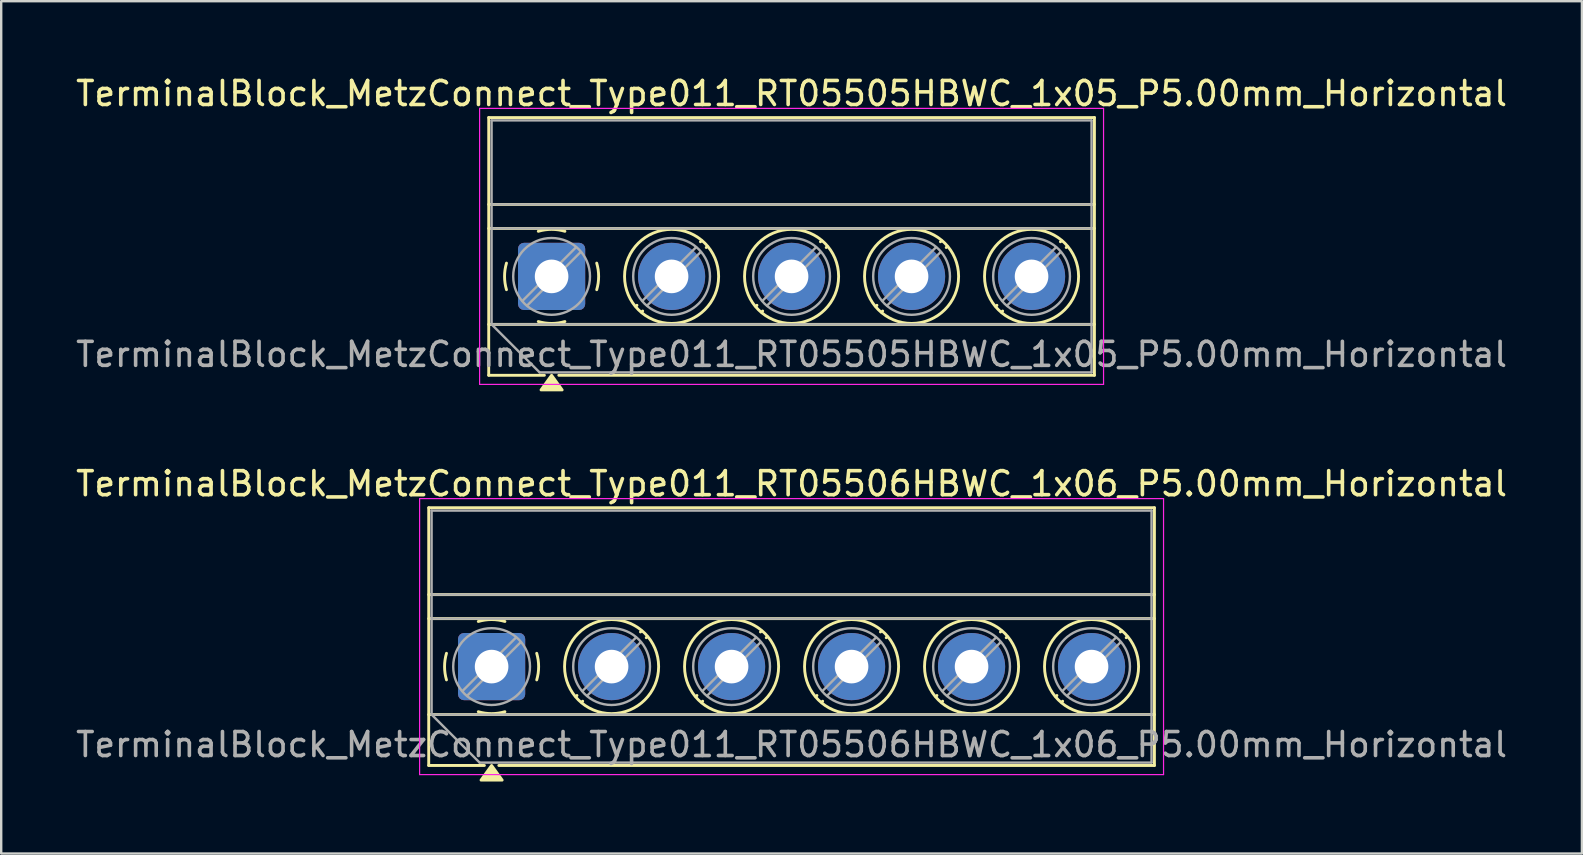
<source format=kicad_pcb>
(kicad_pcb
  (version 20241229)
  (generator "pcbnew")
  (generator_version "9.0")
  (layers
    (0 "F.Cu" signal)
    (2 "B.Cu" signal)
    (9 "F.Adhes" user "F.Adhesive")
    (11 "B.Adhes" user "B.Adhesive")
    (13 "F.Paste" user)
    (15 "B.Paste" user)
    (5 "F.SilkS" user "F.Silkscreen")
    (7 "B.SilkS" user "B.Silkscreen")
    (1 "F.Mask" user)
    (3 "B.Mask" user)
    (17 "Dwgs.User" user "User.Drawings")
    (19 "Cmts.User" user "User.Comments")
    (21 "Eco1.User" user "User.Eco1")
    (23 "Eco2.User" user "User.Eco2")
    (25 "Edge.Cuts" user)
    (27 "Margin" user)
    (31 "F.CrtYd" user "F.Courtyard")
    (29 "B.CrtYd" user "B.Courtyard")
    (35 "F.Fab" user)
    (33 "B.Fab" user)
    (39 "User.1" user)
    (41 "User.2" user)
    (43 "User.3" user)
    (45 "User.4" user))
  (footprint "TerminalBlock_MetzConnect_Type011_RT05505HBWC_1x05_P5.00mm_Horizontal"
    (layer "F.Cu")
    (at 19.935 8.468)
    (property "Reference" "TerminalBlock_MetzConnect_Type011_RT05505HBWC_1x05_P5.00mm_Horizontal" (at 10 -7.62 0) (layer "F.SilkS") (effects (font (size 1 1) (thickness 0.15))))
    (attr through_hole)
    (fp_line (start -2.62 -6.62) (end -2.62 4.12) (stroke (width 0.12) (type solid)) (layer "F.SilkS"))
    (fp_line (start -2.62 -6.62) (end 22.62 -6.62) (stroke (width 0.12) (type solid)) (layer "F.SilkS"))
    (fp_line (start -2.62 -3) (end 22.62 -3) (stroke (width 0.12) (type solid)) (layer "F.SilkS"))
    (fp_line (start -2.62 -2) (end 22.62 -2) (stroke (width 0.12) (type solid)) (layer "F.SilkS"))
    (fp_line (start -2.62 2) (end 22.62 2) (stroke (width 0.12) (type solid)) (layer "F.SilkS"))
    (fp_line (start -2.62 4.12) (end -0.3 4.12) (stroke (width 0.12) (type solid)) (layer "F.SilkS"))
    (fp_line (start 0.3 4.12) (end 22.62 4.12) (stroke (width 0.12) (type solid)) (layer "F.SilkS"))
    (fp_line (start 3.556 1.204) (end 3.513 1.247) (stroke (width 0.12) (type solid)) (layer "F.SilkS"))
    (fp_line (start 3.795 1.443) (end 3.752 1.486) (stroke (width 0.12) (type solid)) (layer "F.SilkS"))
    (fp_line (start 6.247 -1.486) (end 6.204 -1.443) (stroke (width 0.12) (type solid)) (layer "F.SilkS"))
    (fp_line (start 6.487 -1.247) (end 6.444 -1.204) (stroke (width 0.12) (type solid)) (layer "F.SilkS"))
    (fp_line (start 8.556 1.204) (end 8.513 1.247) (stroke (width 0.12) (type solid)) (layer "F.SilkS"))
    (fp_line (start 8.795 1.443) (end 8.752 1.486) (stroke (width 0.12) (type solid)) (layer "F.SilkS"))
    (fp_line (start 11.247 -1.486) (end 11.204 -1.443) (stroke (width 0.12) (type solid)) (layer "F.SilkS"))
    (fp_line (start 11.487 -1.247) (end 11.444 -1.204) (stroke (width 0.12) (type solid)) (layer "F.SilkS"))
    (fp_line (start 13.556 1.204) (end 13.513 1.247) (stroke (width 0.12) (type solid)) (layer "F.SilkS"))
    (fp_line (start 13.795 1.443) (end 13.752 1.486) (stroke (width 0.12) (type solid)) (layer "F.SilkS"))
    (fp_line (start 16.247 -1.486) (end 16.204 -1.443) (stroke (width 0.12) (type solid)) (layer "F.SilkS"))
    (fp_line (start 16.487 -1.247) (end 16.444 -1.204) (stroke (width 0.12) (type solid)) (layer "F.SilkS"))
    (fp_line (start 18.556 1.204) (end 18.513 1.247) (stroke (width 0.12) (type solid)) (layer "F.SilkS"))
    (fp_line (start 18.795 1.443) (end 18.752 1.486) (stroke (width 0.12) (type solid)) (layer "F.SilkS"))
    (fp_line (start 21.247 -1.486) (end 21.204 -1.443) (stroke (width 0.12) (type solid)) (layer "F.SilkS"))
    (fp_line (start 21.487 -1.247) (end 21.444 -1.204) (stroke (width 0.12) (type solid)) (layer "F.SilkS"))
    (fp_line (start 22.62 -6.62) (end 22.62 4.12) (stroke (width 0.12) (type solid)) (layer "F.SilkS"))
    (fp_arc (start -1.88 0.554) (mid -1.959928 -0.000246) (end -1.879861 -0.554472) (stroke (width 0.12) (type solid)) (layer "F.SilkS"))
    (fp_arc (start -0.554 -1.88) (mid 0.000246 -1.959928) (end 0.554472 -1.879861) (stroke (width 0.12) (type solid)) (layer "F.SilkS"))
    (fp_arc (start 0.554 1.88) (mid -0.000246 1.959928) (end -0.554472 1.879861) (stroke (width 0.12) (type solid)) (layer "F.SilkS"))
    (fp_arc (start 1.88 -0.554) (mid 1.959928 0.000246) (end 1.879861 0.554472) (stroke (width 0.12) (type solid)) (layer "F.SilkS"))
    (fp_circle (center 5 0) (end 6.96 0) (stroke (width 0.12) (type solid)) (fill no) (layer "F.SilkS"))
    (fp_circle (center 10 0) (end 11.96 0) (stroke (width 0.12) (type solid)) (fill no) (layer "F.SilkS"))
    (fp_circle (center 15 0) (end 16.96 0) (stroke (width 0.12) (type solid)) (fill no) (layer "F.SilkS"))
    (fp_circle (center 20 0) (end 21.96 0) (stroke (width 0.12) (type solid)) (fill no) (layer "F.SilkS"))
    (fp_poly (pts (xy 0 4.12) (xy 0.44 4.73) (xy -0.44 4.73) (xy 0 4.12)) (stroke (width 0.12) (type solid)) (fill yes) (layer "F.SilkS"))
    (fp_line (start -3 -7) (end -3 4.5) (stroke (width 0.05) (type solid)) (layer "F.CrtYd"))
    (fp_line (start -3 4.5) (end 23 4.5) (stroke (width 0.05) (type solid)) (layer "F.CrtYd"))
    (fp_line (start 23 -7) (end -3 -7) (stroke (width 0.05) (type solid)) (layer "F.CrtYd"))
    (fp_line (start 23 4.5) (end 23 -7) (stroke (width 0.05) (type solid)) (layer "F.CrtYd"))
    (fp_line (start -2.5 -6.5) (end 22.5 -6.5) (stroke (width 0.1) (type solid)) (layer "F.Fab"))
    (fp_line (start -2.5 -3) (end 22.5 -3) (stroke (width 0.1) (type solid)) (layer "F.Fab"))
    (fp_line (start -2.5 -2) (end 22.5 -2) (stroke (width 0.1) (type solid)) (layer "F.Fab"))
    (fp_line (start -2.5 2) (end -2.5 -6.5) (stroke (width 0.1) (type solid)) (layer "F.Fab"))
    (fp_line (start -2.5 2) (end 22.5 2) (stroke (width 0.1) (type solid)) (layer "F.Fab"))
    (fp_line (start -0.5 4) (end -2.5 2) (stroke (width 0.1) (type solid)) (layer "F.Fab"))
    (fp_line (start 1.018 -1.213) (end -1.214 1.018) (stroke (width 0.1) (type solid)) (layer "F.Fab"))
    (fp_line (start 1.213 -1.018) (end -1.018 1.213) (stroke (width 0.1) (type solid)) (layer "F.Fab"))
    (fp_line (start 6.018 -1.213) (end 3.786 1.018) (stroke (width 0.1) (type solid)) (layer "F.Fab"))
    (fp_line (start 6.213 -1.018) (end 3.982 1.213) (stroke (width 0.1) (type solid)) (layer "F.Fab"))
    (fp_line (start 11.018 -1.213) (end 8.786 1.018) (stroke (width 0.1) (type solid)) (layer "F.Fab"))
    (fp_line (start 11.213 -1.018) (end 8.982 1.213) (stroke (width 0.1) (type solid)) (layer "F.Fab"))
    (fp_line (start 16.018 -1.213) (end 13.786 1.018) (stroke (width 0.1) (type solid)) (layer "F.Fab"))
    (fp_line (start 16.213 -1.018) (end 13.982 1.213) (stroke (width 0.1) (type solid)) (layer "F.Fab"))
    (fp_line (start 21.018 -1.213) (end 18.786 1.018) (stroke (width 0.1) (type solid)) (layer "F.Fab"))
    (fp_line (start 21.213 -1.018) (end 18.982 1.213) (stroke (width 0.1) (type solid)) (layer "F.Fab"))
    (fp_line (start 22.5 -6.5) (end 22.5 4) (stroke (width 0.1) (type solid)) (layer "F.Fab"))
    (fp_line (start 22.5 4) (end -0.5 4) (stroke (width 0.1) (type solid)) (layer "F.Fab"))
    (fp_circle (center 0 0) (end 1.6 0) (stroke (width 0.1) (type solid)) (fill no) (layer "F.Fab"))
    (fp_circle (center 5 0) (end 6.6 0) (stroke (width 0.1) (type solid)) (fill no) (layer "F.Fab"))
    (fp_circle (center 10 0) (end 11.6 0) (stroke (width 0.1) (type solid)) (fill no) (layer "F.Fab"))
    (fp_circle (center 15 0) (end 16.6 0) (stroke (width 0.1) (type solid)) (fill no) (layer "F.Fab"))
    (fp_circle (center 20 0) (end 21.6 0) (stroke (width 0.1) (type solid)) (fill no) (layer "F.Fab"))
    (fp_text user "${REFERENCE}" (at 10 3.25 0) (layer "F.Fab") (effects (font (size 1 1) (thickness 0.15))))
    (pad "1" thru_hole roundrect (at 0 0) (size 2.8 2.8) (drill 1.4) (layers "*.Cu" "*.Mask") (roundrect_rratio 0.089))
    (pad "2" thru_hole circle (at 5 0) (size 2.8 2.8) (drill 1.4) (layers "*.Cu" "*.Mask"))
    (pad "3" thru_hole circle (at 10 0) (size 2.8 2.8) (drill 1.4) (layers "*.Cu" "*.Mask"))
    (pad "4" thru_hole circle (at 15 0) (size 2.8 2.8) (drill 1.4) (layers "*.Cu" "*.Mask"))
    (pad "5" thru_hole circle (at 20 0) (size 2.8 2.8) (drill 1.4) (layers "*.Cu" "*.Mask")))
  (footprint "TerminalBlock_MetzConnect_Type011_RT05506HBWC_1x06_P5.00mm_Horizontal"
    (layer "F.Cu")
    (at 17.435 24.727)
    (property "Reference" "TerminalBlock_MetzConnect_Type011_RT05506HBWC_1x06_P5.00mm_Horizontal" (at 12.5 -7.62 0) (layer "F.SilkS") (effects (font (size 1 1) (thickness 0.15))))
    (attr through_hole)
    (fp_line (start -2.62 -6.62) (end -2.62 4.12) (stroke (width 0.12) (type solid)) (layer "F.SilkS"))
    (fp_line (start -2.62 -6.62) (end 27.62 -6.62) (stroke (width 0.12) (type solid)) (layer "F.SilkS"))
    (fp_line (start -2.62 -3) (end 27.62 -3) (stroke (width 0.12) (type solid)) (layer "F.SilkS"))
    (fp_line (start -2.62 -2) (end 27.62 -2) (stroke (width 0.12) (type solid)) (layer "F.SilkS"))
    (fp_line (start -2.62 2) (end 27.62 2) (stroke (width 0.12) (type solid)) (layer "F.SilkS"))
    (fp_line (start -2.62 4.12) (end -0.3 4.12) (stroke (width 0.12) (type solid)) (layer "F.SilkS"))
    (fp_line (start 0.3 4.12) (end 27.62 4.12) (stroke (width 0.12) (type solid)) (layer "F.SilkS"))
    (fp_line (start 3.556 1.204) (end 3.513 1.247) (stroke (width 0.12) (type solid)) (layer "F.SilkS"))
    (fp_line (start 3.795 1.443) (end 3.752 1.486) (stroke (width 0.12) (type solid)) (layer "F.SilkS"))
    (fp_line (start 6.247 -1.486) (end 6.204 -1.443) (stroke (width 0.12) (type solid)) (layer "F.SilkS"))
    (fp_line (start 6.487 -1.247) (end 6.444 -1.204) (stroke (width 0.12) (type solid)) (layer "F.SilkS"))
    (fp_line (start 8.556 1.204) (end 8.513 1.247) (stroke (width 0.12) (type solid)) (layer "F.SilkS"))
    (fp_line (start 8.795 1.443) (end 8.752 1.486) (stroke (width 0.12) (type solid)) (layer "F.SilkS"))
    (fp_line (start 11.247 -1.486) (end 11.204 -1.443) (stroke (width 0.12) (type solid)) (layer "F.SilkS"))
    (fp_line (start 11.487 -1.247) (end 11.444 -1.204) (stroke (width 0.12) (type solid)) (layer "F.SilkS"))
    (fp_line (start 13.556 1.204) (end 13.513 1.247) (stroke (width 0.12) (type solid)) (layer "F.SilkS"))
    (fp_line (start 13.795 1.443) (end 13.752 1.486) (stroke (width 0.12) (type solid)) (layer "F.SilkS"))
    (fp_line (start 16.247 -1.486) (end 16.204 -1.443) (stroke (width 0.12) (type solid)) (layer "F.SilkS"))
    (fp_line (start 16.487 -1.247) (end 16.444 -1.204) (stroke (width 0.12) (type solid)) (layer "F.SilkS"))
    (fp_line (start 18.556 1.204) (end 18.513 1.247) (stroke (width 0.12) (type solid)) (layer "F.SilkS"))
    (fp_line (start 18.795 1.443) (end 18.752 1.486) (stroke (width 0.12) (type solid)) (layer "F.SilkS"))
    (fp_line (start 21.247 -1.486) (end 21.204 -1.443) (stroke (width 0.12) (type solid)) (layer "F.SilkS"))
    (fp_line (start 21.487 -1.247) (end 21.444 -1.204) (stroke (width 0.12) (type solid)) (layer "F.SilkS"))
    (fp_line (start 23.556 1.204) (end 23.513 1.247) (stroke (width 0.12) (type solid)) (layer "F.SilkS"))
    (fp_line (start 23.795 1.443) (end 23.752 1.486) (stroke (width 0.12) (type solid)) (layer "F.SilkS"))
    (fp_line (start 26.247 -1.486) (end 26.204 -1.443) (stroke (width 0.12) (type solid)) (layer "F.SilkS"))
    (fp_line (start 26.487 -1.247) (end 26.444 -1.204) (stroke (width 0.12) (type solid)) (layer "F.SilkS"))
    (fp_line (start 27.62 -6.62) (end 27.62 4.12) (stroke (width 0.12) (type solid)) (layer "F.SilkS"))
    (fp_arc (start -1.88 0.554) (mid -1.959928 -0.000246) (end -1.879861 -0.554472) (stroke (width 0.12) (type solid)) (layer "F.SilkS"))
    (fp_arc (start -0.554 -1.88) (mid 0.000246 -1.959928) (end 0.554472 -1.879861) (stroke (width 0.12) (type solid)) (layer "F.SilkS"))
    (fp_arc (start 0.554 1.88) (mid -0.000246 1.959928) (end -0.554472 1.879861) (stroke (width 0.12) (type solid)) (layer "F.SilkS"))
    (fp_arc (start 1.88 -0.554) (mid 1.959928 0.000246) (end 1.879861 0.554472) (stroke (width 0.12) (type solid)) (layer "F.SilkS"))
    (fp_circle (center 5 0) (end 6.96 0) (stroke (width 0.12) (type solid)) (fill no) (layer "F.SilkS"))
    (fp_circle (center 10 0) (end 11.96 0) (stroke (width 0.12) (type solid)) (fill no) (layer "F.SilkS"))
    (fp_circle (center 15 0) (end 16.96 0) (stroke (width 0.12) (type solid)) (fill no) (layer "F.SilkS"))
    (fp_circle (center 20 0) (end 21.96 0) (stroke (width 0.12) (type solid)) (fill no) (layer "F.SilkS"))
    (fp_circle (center 25 0) (end 26.96 0) (stroke (width 0.12) (type solid)) (fill no) (layer "F.SilkS"))
    (fp_poly (pts (xy 0 4.12) (xy 0.44 4.73) (xy -0.44 4.73) (xy 0 4.12)) (stroke (width 0.12) (type solid)) (fill yes) (layer "F.SilkS"))
    (fp_line (start -3 -7) (end -3 4.5) (stroke (width 0.05) (type solid)) (layer "F.CrtYd"))
    (fp_line (start -3 4.5) (end 28 4.5) (stroke (width 0.05) (type solid)) (layer "F.CrtYd"))
    (fp_line (start 28 -7) (end -3 -7) (stroke (width 0.05) (type solid)) (layer "F.CrtYd"))
    (fp_line (start 28 4.5) (end 28 -7) (stroke (width 0.05) (type solid)) (layer "F.CrtYd"))
    (fp_line (start -2.5 -6.5) (end 27.5 -6.5) (stroke (width 0.1) (type solid)) (layer "F.Fab"))
    (fp_line (start -2.5 -3) (end 27.5 -3) (stroke (width 0.1) (type solid)) (layer "F.Fab"))
    (fp_line (start -2.5 -2) (end 27.5 -2) (stroke (width 0.1) (type solid)) (layer "F.Fab"))
    (fp_line (start -2.5 2) (end -2.5 -6.5) (stroke (width 0.1) (type solid)) (layer "F.Fab"))
    (fp_line (start -2.5 2) (end 27.5 2) (stroke (width 0.1) (type solid)) (layer "F.Fab"))
    (fp_line (start -0.5 4) (end -2.5 2) (stroke (width 0.1) (type solid)) (layer "F.Fab"))
    (fp_line (start 1.018 -1.213) (end -1.214 1.018) (stroke (width 0.1) (type solid)) (layer "F.Fab"))
    (fp_line (start 1.213 -1.018) (end -1.018 1.213) (stroke (width 0.1) (type solid)) (layer "F.Fab"))
    (fp_line (start 6.018 -1.213) (end 3.786 1.018) (stroke (width 0.1) (type solid)) (layer "F.Fab"))
    (fp_line (start 6.213 -1.018) (end 3.982 1.213) (stroke (width 0.1) (type solid)) (layer "F.Fab"))
    (fp_line (start 11.018 -1.213) (end 8.786 1.018) (stroke (width 0.1) (type solid)) (layer "F.Fab"))
    (fp_line (start 11.213 -1.018) (end 8.982 1.213) (stroke (width 0.1) (type solid)) (layer "F.Fab"))
    (fp_line (start 16.018 -1.213) (end 13.786 1.018) (stroke (width 0.1) (type solid)) (layer "F.Fab"))
    (fp_line (start 16.213 -1.018) (end 13.982 1.213) (stroke (width 0.1) (type solid)) (layer "F.Fab"))
    (fp_line (start 21.018 -1.213) (end 18.786 1.018) (stroke (width 0.1) (type solid)) (layer "F.Fab"))
    (fp_line (start 21.213 -1.018) (end 18.982 1.213) (stroke (width 0.1) (type solid)) (layer "F.Fab"))
    (fp_line (start 26.018 -1.213) (end 23.786 1.018) (stroke (width 0.1) (type solid)) (layer "F.Fab"))
    (fp_line (start 26.213 -1.018) (end 23.982 1.213) (stroke (width 0.1) (type solid)) (layer "F.Fab"))
    (fp_line (start 27.5 -6.5) (end 27.5 4) (stroke (width 0.1) (type solid)) (layer "F.Fab"))
    (fp_line (start 27.5 4) (end -0.5 4) (stroke (width 0.1) (type solid)) (layer "F.Fab"))
    (fp_circle (center 0 0) (end 1.6 0) (stroke (width 0.1) (type solid)) (fill no) (layer "F.Fab"))
    (fp_circle (center 5 0) (end 6.6 0) (stroke (width 0.1) (type solid)) (fill no) (layer "F.Fab"))
    (fp_circle (center 10 0) (end 11.6 0) (stroke (width 0.1) (type solid)) (fill no) (layer "F.Fab"))
    (fp_circle (center 15 0) (end 16.6 0) (stroke (width 0.1) (type solid)) (fill no) (layer "F.Fab"))
    (fp_circle (center 20 0) (end 21.6 0) (stroke (width 0.1) (type solid)) (fill no) (layer "F.Fab"))
    (fp_circle (center 25 0) (end 26.6 0) (stroke (width 0.1) (type solid)) (fill no) (layer "F.Fab"))
    (fp_text user "${REFERENCE}" (at 12.5 3.25 0) (layer "F.Fab") (effects (font (size 1 1) (thickness 0.15))))
    (pad "1" thru_hole roundrect (at 0 0) (size 2.8 2.8) (drill 1.4) (layers "*.Cu" "*.Mask") (roundrect_rratio 0.089))
    (pad "2" thru_hole circle (at 5 0) (size 2.8 2.8) (drill 1.4) (layers "*.Cu" "*.Mask"))
    (pad "3" thru_hole circle (at 10 0) (size 2.8 2.8) (drill 1.4) (layers "*.Cu" "*.Mask"))
    (pad "4" thru_hole circle (at 15 0) (size 2.8 2.8) (drill 1.4) (layers "*.Cu" "*.Mask"))
    (pad "5" thru_hole circle (at 20 0) (size 2.8 2.8) (drill 1.4) (layers "*.Cu" "*.Mask"))
    (pad "6" thru_hole circle (at 25 0) (size 2.8 2.8) (drill 1.4) (layers "*.Cu" "*.Mask")))
  (gr_rect
    (start -3 -3)
    (end 62.869 32.517)
    (stroke (width 0.1) (type default))
    (fill no)
    (layer "Edge.Cuts")))
</source>
